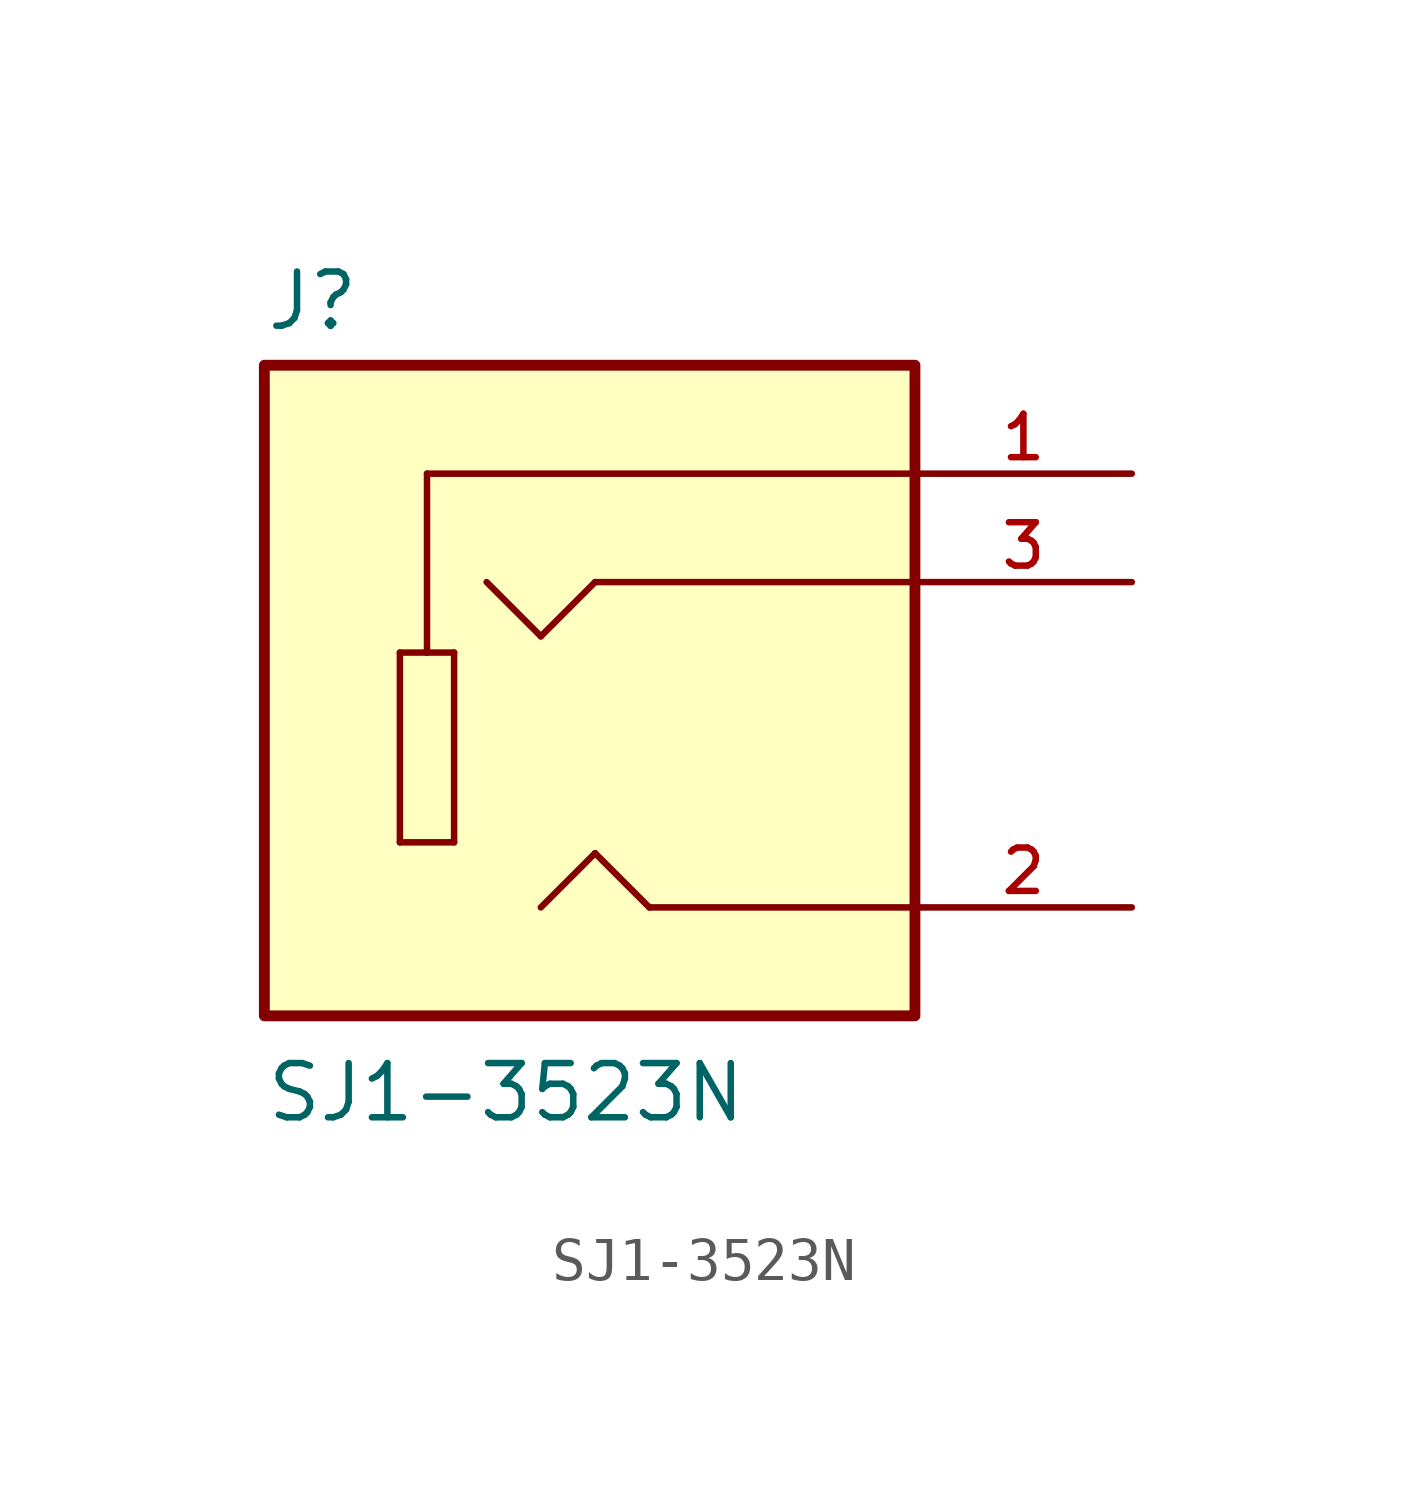
<source format=kicad_sym>
(kicad_symbol_lib
  (version 20211014)
  (generator kicad_symbol_editor)
  (symbol "SJ1-3523N"
    (pin_names
      (offset 1.016))
    (property "Reference" "J"
      (at -7.62 8.382 0)
      (effects (font (size 1.27 1.27)) (justify bottom left)))
    (property "Value" "SJ1-3523N"
      (at -7.62 -10.16 0)
      (effects (font (size 1.27 1.27)) (justify bottom left)))
    (symbol "SJ1-3523N_0_0"
      (polyline (pts (xy 7.62 5.08) (xy -3.81 5.08)) (stroke (width 0.152)))
      (polyline (pts (xy -3.81 5.08) (xy -3.81 0.889)) (stroke (width 0.152)))
      (polyline (pts (xy -3.81 0.889) (xy -3.175 0.889)) (stroke (width 0.152)))
      (polyline (pts (xy -3.175 0.889) (xy -3.175 -3.556)) (stroke (width 0.152)))
      (polyline (pts (xy -3.175 -3.556) (xy -4.445 -3.556)) (stroke (width 0.152)))
      (polyline (pts (xy -4.445 -3.556) (xy -4.445 0.889)) (stroke (width 0.152)))
      (polyline (pts (xy -4.445 0.889) (xy -3.81 0.889)) (stroke (width 0.152)))
      (polyline (pts (xy 7.62 2.54) (xy 0.127 2.54)) (stroke (width 0.152)))
      (polyline (pts (xy 0.127 2.54) (xy -1.143 1.27)) (stroke (width 0.152)))
      (polyline (pts (xy -1.143 1.27) (xy -2.413 2.54)) (stroke (width 0.152)))
      (polyline (pts (xy 7.62 -5.08) (xy 1.397 -5.08)) (stroke (width 0.152)))
      (polyline (pts (xy 1.397 -5.08) (xy 0.127 -3.81)) (stroke (width 0.152)))
      (polyline (pts (xy 0.127 -3.81) (xy -1.143 -5.08)) (stroke (width 0.152)))
      (rectangle (start -7.62 -7.62) (end 7.62 7.62) (stroke (width 0.254)) (fill (type background)))
      (pin passive line (at 12.7 5.08 180.0) (length 5.08) (name "~" (effects (font (size 1.016 1.016)))) (number "1" (effects (font (size 1.016 1.016)))))
      (pin passive line (at 12.7 2.54 180.0) (length 5.08) (name "~" (effects (font (size 1.016 1.016)))) (number "3" (effects (font (size 1.016 1.016)))))
      (pin passive line (at 12.7 -5.08 180.0) (length 5.08) (name "~" (effects (font (size 1.016 1.016)))) (number "2" (effects (font (size 1.016 1.016))))))))
</source>
